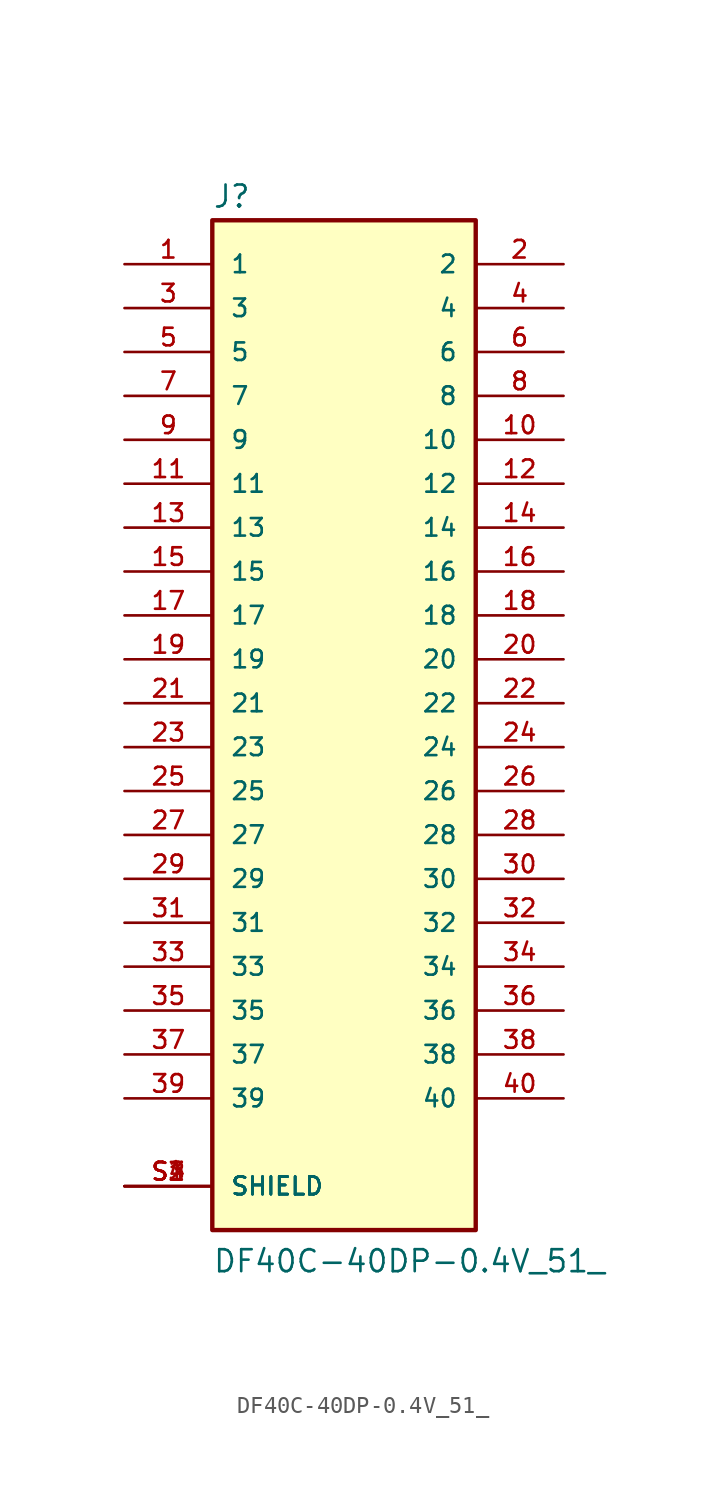
<source format=kicad_sym>
(kicad_symbol_lib
  (version 20211014)
  (generator kicad_symbol_editor)
  (symbol "DF40C-40DP-0.4V_51_"
    (pin_names
      (offset 1.016))
    (property "Reference" "J"
      (at -7.62 31.115 0)
      (effects (font (size 1.27 1.27)) (justify bottom left)))
    (property "Value" "DF40C-40DP-0.4V_51_"
      (at -7.62 -30.48 0)
      (effects (font (size 1.27 1.27)) (justify bottom left)))
    (symbol "DF40C-40DP-0.4V_51__0_0"
      (rectangle (start -7.62 -27.94) (end 7.62 30.48) (stroke (width 0.254)) (fill (type background)))
      (pin passive line (at -12.7 27.94 0) (length 5.08) (name "1" (effects (font (size 1.016 1.016)))) (number "1" (effects (font (size 1.016 1.016)))))
      (pin passive line (at 12.7 27.94 180.0) (length 5.08) (name "2" (effects (font (size 1.016 1.016)))) (number "2" (effects (font (size 1.016 1.016)))))
      (pin passive line (at -12.7 25.4 0) (length 5.08) (name "3" (effects (font (size 1.016 1.016)))) (number "3" (effects (font (size 1.016 1.016)))))
      (pin passive line (at 12.7 25.4 180.0) (length 5.08) (name "4" (effects (font (size 1.016 1.016)))) (number "4" (effects (font (size 1.016 1.016)))))
      (pin passive line (at -12.7 22.86 0) (length 5.08) (name "5" (effects (font (size 1.016 1.016)))) (number "5" (effects (font (size 1.016 1.016)))))
      (pin passive line (at 12.7 22.86 180.0) (length 5.08) (name "6" (effects (font (size 1.016 1.016)))) (number "6" (effects (font (size 1.016 1.016)))))
      (pin passive line (at -12.7 20.32 0) (length 5.08) (name "7" (effects (font (size 1.016 1.016)))) (number "7" (effects (font (size 1.016 1.016)))))
      (pin passive line (at 12.7 20.32 180.0) (length 5.08) (name "8" (effects (font (size 1.016 1.016)))) (number "8" (effects (font (size 1.016 1.016)))))
      (pin passive line (at -12.7 17.78 0) (length 5.08) (name "9" (effects (font (size 1.016 1.016)))) (number "9" (effects (font (size 1.016 1.016)))))
      (pin passive line (at 12.7 17.78 180.0) (length 5.08) (name "10" (effects (font (size 1.016 1.016)))) (number "10" (effects (font (size 1.016 1.016)))))
      (pin passive line (at -12.7 15.24 0) (length 5.08) (name "11" (effects (font (size 1.016 1.016)))) (number "11" (effects (font (size 1.016 1.016)))))
      (pin passive line (at 12.7 15.24 180.0) (length 5.08) (name "12" (effects (font (size 1.016 1.016)))) (number "12" (effects (font (size 1.016 1.016)))))
      (pin passive line (at -12.7 12.7 0) (length 5.08) (name "13" (effects (font (size 1.016 1.016)))) (number "13" (effects (font (size 1.016 1.016)))))
      (pin passive line (at 12.7 12.7 180.0) (length 5.08) (name "14" (effects (font (size 1.016 1.016)))) (number "14" (effects (font (size 1.016 1.016)))))
      (pin passive line (at -12.7 10.16 0) (length 5.08) (name "15" (effects (font (size 1.016 1.016)))) (number "15" (effects (font (size 1.016 1.016)))))
      (pin passive line (at 12.7 10.16 180.0) (length 5.08) (name "16" (effects (font (size 1.016 1.016)))) (number "16" (effects (font (size 1.016 1.016)))))
      (pin passive line (at -12.7 7.62 0) (length 5.08) (name "17" (effects (font (size 1.016 1.016)))) (number "17" (effects (font (size 1.016 1.016)))))
      (pin passive line (at 12.7 7.62 180.0) (length 5.08) (name "18" (effects (font (size 1.016 1.016)))) (number "18" (effects (font (size 1.016 1.016)))))
      (pin passive line (at -12.7 5.08 0) (length 5.08) (name "19" (effects (font (size 1.016 1.016)))) (number "19" (effects (font (size 1.016 1.016)))))
      (pin passive line (at 12.7 5.08 180.0) (length 5.08) (name "20" (effects (font (size 1.016 1.016)))) (number "20" (effects (font (size 1.016 1.016)))))
      (pin passive line (at -12.7 2.54 0) (length 5.08) (name "21" (effects (font (size 1.016 1.016)))) (number "21" (effects (font (size 1.016 1.016)))))
      (pin passive line (at 12.7 2.54 180.0) (length 5.08) (name "22" (effects (font (size 1.016 1.016)))) (number "22" (effects (font (size 1.016 1.016)))))
      (pin passive line (at -12.7 0.0 0) (length 5.08) (name "23" (effects (font (size 1.016 1.016)))) (number "23" (effects (font (size 1.016 1.016)))))
      (pin passive line (at 12.7 0.0 180.0) (length 5.08) (name "24" (effects (font (size 1.016 1.016)))) (number "24" (effects (font (size 1.016 1.016)))))
      (pin passive line (at -12.7 -2.54 0) (length 5.08) (name "25" (effects (font (size 1.016 1.016)))) (number "25" (effects (font (size 1.016 1.016)))))
      (pin passive line (at 12.7 -2.54 180.0) (length 5.08) (name "26" (effects (font (size 1.016 1.016)))) (number "26" (effects (font (size 1.016 1.016)))))
      (pin passive line (at -12.7 -5.08 0) (length 5.08) (name "27" (effects (font (size 1.016 1.016)))) (number "27" (effects (font (size 1.016 1.016)))))
      (pin passive line (at 12.7 -5.08 180.0) (length 5.08) (name "28" (effects (font (size 1.016 1.016)))) (number "28" (effects (font (size 1.016 1.016)))))
      (pin passive line (at -12.7 -7.62 0) (length 5.08) (name "29" (effects (font (size 1.016 1.016)))) (number "29" (effects (font (size 1.016 1.016)))))
      (pin passive line (at 12.7 -7.62 180.0) (length 5.08) (name "30" (effects (font (size 1.016 1.016)))) (number "30" (effects (font (size 1.016 1.016)))))
      (pin passive line (at -12.7 -10.16 0) (length 5.08) (name "31" (effects (font (size 1.016 1.016)))) (number "31" (effects (font (size 1.016 1.016)))))
      (pin passive line (at 12.7 -10.16 180.0) (length 5.08) (name "32" (effects (font (size 1.016 1.016)))) (number "32" (effects (font (size 1.016 1.016)))))
      (pin passive line (at -12.7 -12.7 0) (length 5.08) (name "33" (effects (font (size 1.016 1.016)))) (number "33" (effects (font (size 1.016 1.016)))))
      (pin passive line (at 12.7 -12.7 180.0) (length 5.08) (name "34" (effects (font (size 1.016 1.016)))) (number "34" (effects (font (size 1.016 1.016)))))
      (pin passive line (at -12.7 -15.24 0) (length 5.08) (name "35" (effects (font (size 1.016 1.016)))) (number "35" (effects (font (size 1.016 1.016)))))
      (pin passive line (at 12.7 -15.24 180.0) (length 5.08) (name "36" (effects (font (size 1.016 1.016)))) (number "36" (effects (font (size 1.016 1.016)))))
      (pin passive line (at -12.7 -17.78 0) (length 5.08) (name "37" (effects (font (size 1.016 1.016)))) (number "37" (effects (font (size 1.016 1.016)))))
      (pin passive line (at 12.7 -17.78 180.0) (length 5.08) (name "38" (effects (font (size 1.016 1.016)))) (number "38" (effects (font (size 1.016 1.016)))))
      (pin passive line (at -12.7 -20.32 0) (length 5.08) (name "39" (effects (font (size 1.016 1.016)))) (number "39" (effects (font (size 1.016 1.016)))))
      (pin passive line (at 12.7 -20.32 180.0) (length 5.08) (name "40" (effects (font (size 1.016 1.016)))) (number "40" (effects (font (size 1.016 1.016)))))
      (pin passive line (at -12.7 -25.4 0) (length 5.08) (name "SHIELD" (effects (font (size 1.016 1.016)))) (number "S1" (effects (font (size 1.016 1.016)))))
      (pin passive line (at -12.7 -25.4 0) (length 5.08) (name "SHIELD" (effects (font (size 1.016 1.016)))) (number "S2" (effects (font (size 1.016 1.016)))))
      (pin passive line (at -12.7 -25.4 0) (length 5.08) (name "SHIELD" (effects (font (size 1.016 1.016)))) (number "S3" (effects (font (size 1.016 1.016)))))
      (pin passive line (at -12.7 -25.4 0) (length 5.08) (name "SHIELD" (effects (font (size 1.016 1.016)))) (number "S4" (effects (font (size 1.016 1.016))))))))
</source>
